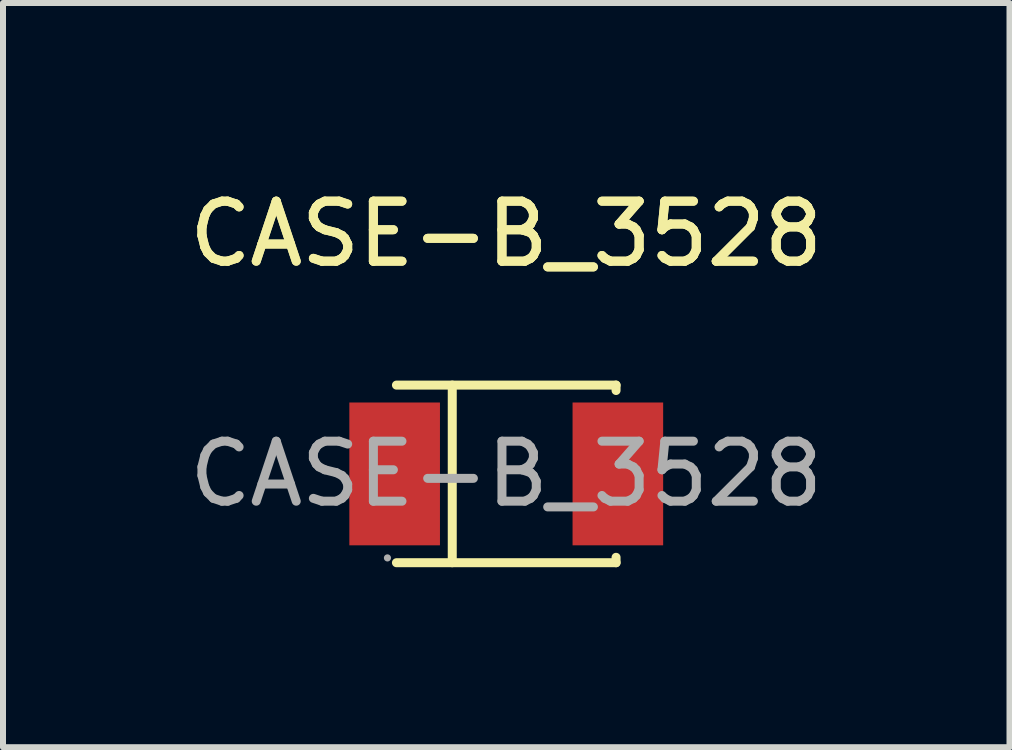
<source format=kicad_pcb>
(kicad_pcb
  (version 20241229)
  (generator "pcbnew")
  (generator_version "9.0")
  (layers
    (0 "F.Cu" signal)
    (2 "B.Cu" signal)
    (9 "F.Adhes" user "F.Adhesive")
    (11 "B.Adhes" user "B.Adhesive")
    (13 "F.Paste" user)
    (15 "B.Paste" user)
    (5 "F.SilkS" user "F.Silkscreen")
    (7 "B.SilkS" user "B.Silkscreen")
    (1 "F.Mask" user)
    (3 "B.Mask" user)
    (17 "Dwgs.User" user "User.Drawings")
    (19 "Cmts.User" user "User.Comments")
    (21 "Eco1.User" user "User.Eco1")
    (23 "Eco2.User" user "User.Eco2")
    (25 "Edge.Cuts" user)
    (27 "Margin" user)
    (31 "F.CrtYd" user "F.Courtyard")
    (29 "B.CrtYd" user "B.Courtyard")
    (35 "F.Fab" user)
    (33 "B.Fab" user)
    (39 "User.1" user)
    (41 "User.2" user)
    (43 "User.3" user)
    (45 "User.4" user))
  (footprint "CASE-B_3528"
    (layer "F.Cu")
    (at 5.387 4.848)
    (property "Reference" "CASE-B_3528" (at 0 -4 0) (layer "F.SilkS") (effects (font (size 1 1) (thickness 0.15))))
    (attr smd)
    (fp_line (start -0.9 1.48) (end -0.9 -1.48) (stroke (width 0.15) (type solid)) (layer "F.SilkS"))
    (fp_line (start 1.83 -1.48) (end -1.83 -1.48) (stroke (width 0.15) (type solid)) (layer "F.SilkS"))
    (fp_line (start 1.83 -1.48) (end 1.83 -1.39) (stroke (width 0.15) (type solid)) (layer "F.SilkS"))
    (fp_line (start 1.83 1.48) (end -1.83 1.48) (stroke (width 0.15) (type solid)) (layer "F.SilkS"))
    (fp_line (start 1.83 1.48) (end 1.83 1.39) (stroke (width 0.15) (type solid)) (layer "F.SilkS"))
    (fp_circle (center -1.98 1.4) (end -1.95 1.4) (stroke (width 0.06) (type solid)) (fill no) (layer "F.Fab"))
    (fp_text user "${REFERENCE}" (at 0 -4 0) (layer "F.SilkS") (effects (font (size 1 1) (thickness 0.15))))
    (fp_text user "${REFERENCE}" (at 0 0 0) (layer "F.Fab") (effects (font (size 1 1) (thickness 0.15))))
    (pad "1" smd rect (at -1.86 0 180) (size 1.51 2.38) (layers "F.Cu" "F.Mask" "F.Paste"))
    (pad "2" smd rect (at 1.86 0 180) (size 1.51 2.38) (layers "F.Cu" "F.Mask" "F.Paste")))
  (gr_rect
    (start -3 -3)
    (end 13.774 9.403)
    (stroke (width 0.1) (type default))
    (fill no)
    (layer "Edge.Cuts")))
</source>
